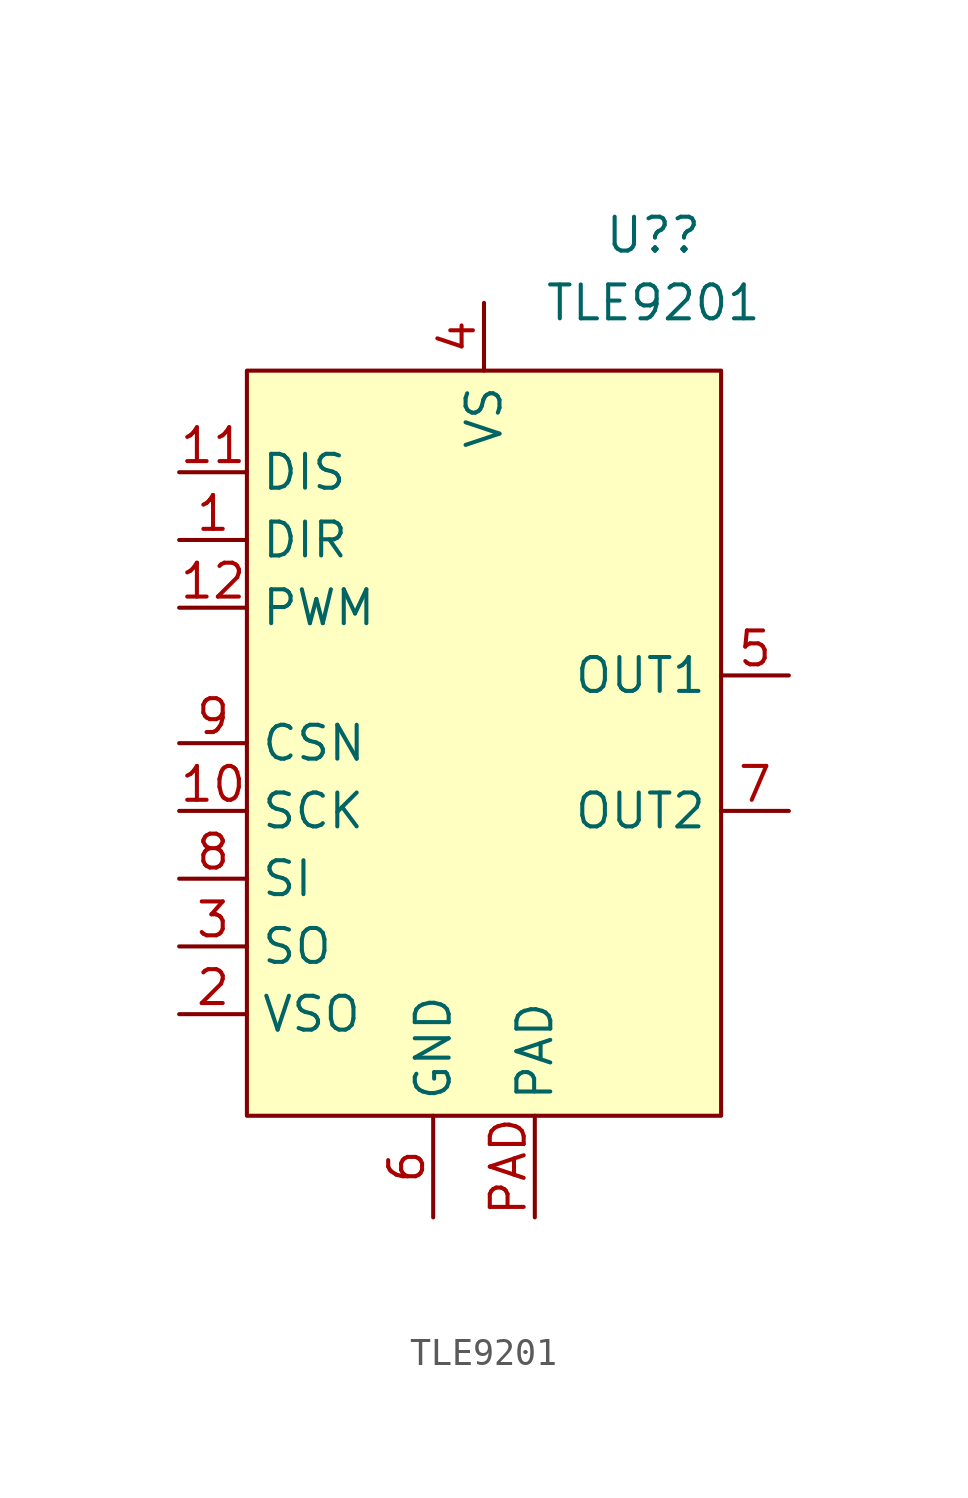
<source format=kicad_sym>
(kicad_symbol_lib
  (version 20211014)
  (generator kicad_symbol_editor)
  (symbol "TLE9201"
    (property "Reference" "U?"
      (at 6.35 19.05 0)
      (effects (font (size 1.27 1.27))))
    (property "Value" "TLE9201"
      (at 6.35 16.51 0)
      (effects (font (size 1.27 1.27))))
    (symbol "TLE9201_0_1"
      (rectangle (start -8.89 13.97) (end 8.89 -13.97) (stroke (width 0) (type default) (color 0 0 0 0)) (fill (type background))))
    (symbol "TLE9201_1_1"
      (pin input line (at -11.43 7.62 0) (length 2.54) (name "DIR" (effects (font (size 1.27 1.27)))) (number "1" (effects (font (size 1.27 1.27)))))
      (pin input line (at -11.43 -2.54 0) (length 2.54) (name "SCK" (effects (font (size 1.27 1.27)))) (number "10" (effects (font (size 1.27 1.27)))))
      (pin input line (at -11.43 10.16 0) (length 2.54) (name "DIS" (effects (font (size 1.27 1.27)))) (number "11" (effects (font (size 1.27 1.27)))))
      (pin input line (at -11.43 5.08 0) (length 2.54) (name "PWM" (effects (font (size 1.27 1.27)))) (number "12" (effects (font (size 1.27 1.27)))))
      (pin power_in line (at -11.43 -10.16 0) (length 2.54) (name "VSO" (effects (font (size 1.27 1.27)))) (number "2" (effects (font (size 1.27 1.27)))))
      (pin output line (at -11.43 -7.62 0) (length 2.54) (name "SO" (effects (font (size 1.27 1.27)))) (number "3" (effects (font (size 1.27 1.27)))))
      (pin power_in line (at 0 16.51 270) (length 2.54) (name "VS" (effects (font (size 1.27 1.27)))) (number "4" (effects (font (size 1.27 1.27)))))
      (pin output line (at 11.43 2.54 180) (length 2.54) (name "OUT1" (effects (font (size 1.27 1.27)))) (number "5" (effects (font (size 1.27 1.27)))))
      (pin power_in line (at -1.905 -17.78 90) (length 3.81) (name "GND" (effects (font (size 1.27 1.27)))) (number "6" (effects (font (size 1.27 1.27)))))
      (pin output line (at 11.43 -2.54 180) (length 2.54) (name "OUT2" (effects (font (size 1.27 1.27)))) (number "7" (effects (font (size 1.27 1.27)))))
      (pin input line (at -11.43 -5.08 0) (length 2.54) (name "SI" (effects (font (size 1.27 1.27)))) (number "8" (effects (font (size 1.27 1.27)))))
      (pin input line (at -11.43 0 0) (length 2.54) (name "CSN" (effects (font (size 1.27 1.27)))) (number "9" (effects (font (size 1.27 1.27)))))
      (pin passive line (at 1.905 -17.78 90) (length 3.81) (name "PAD" (effects (font (size 1.27 1.27)))) (number "PAD" (effects (font (size 1.27 1.27))))))))
</source>
